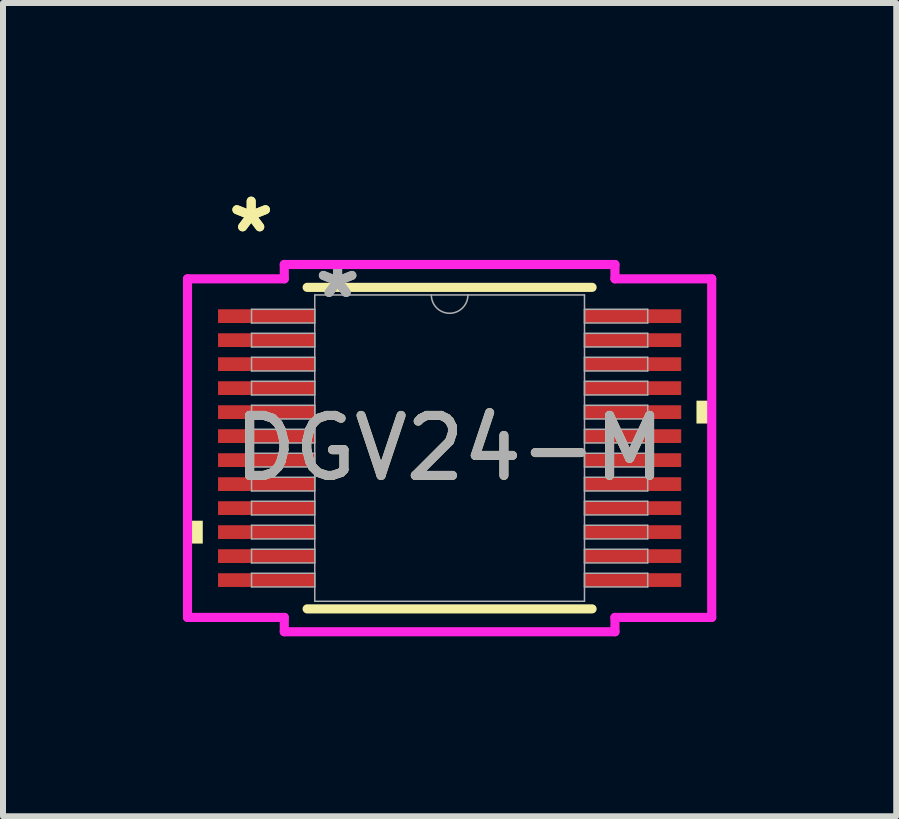
<source format=kicad_pcb>
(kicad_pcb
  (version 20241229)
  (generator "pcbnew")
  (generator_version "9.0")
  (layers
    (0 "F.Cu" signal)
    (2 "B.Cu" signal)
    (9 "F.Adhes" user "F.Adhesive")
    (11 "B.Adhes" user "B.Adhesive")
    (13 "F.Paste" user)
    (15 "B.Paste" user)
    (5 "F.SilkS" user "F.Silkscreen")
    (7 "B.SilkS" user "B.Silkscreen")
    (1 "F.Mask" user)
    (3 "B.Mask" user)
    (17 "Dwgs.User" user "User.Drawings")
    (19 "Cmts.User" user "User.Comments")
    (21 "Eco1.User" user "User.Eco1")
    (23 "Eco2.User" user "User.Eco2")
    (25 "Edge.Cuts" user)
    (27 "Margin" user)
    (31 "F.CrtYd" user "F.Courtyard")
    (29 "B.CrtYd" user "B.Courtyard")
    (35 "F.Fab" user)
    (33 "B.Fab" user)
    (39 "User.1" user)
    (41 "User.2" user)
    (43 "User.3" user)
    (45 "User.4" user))
  (footprint "DGV24-M"
    (layer "F.Cu")
    (at 4.445 4.42)
    (property "Reference" "DGV24-M" (at 0 0 0) (unlocked yes) (layer "F.SilkS") (effects (font (size 1 1) (thickness 0.15))))
    (attr smd)
    (fp_line (start -2.375 2.68) (end 2.375 2.68) (stroke (width 0.152) (type solid)) (layer "F.SilkS"))
    (fp_line (start 2.375 -2.68) (end -2.375 -2.68) (stroke (width 0.152) (type solid)) (layer "F.SilkS"))
    (fp_poly (pts (xy -4.369 1.21) (xy -4.369 1.591) (xy -4.115 1.591) (xy -4.115 1.21)) (stroke (width 0) (type solid)) (fill yes) (layer "F.SilkS"))
    (fp_poly (pts (xy 4.369 -0.791) (xy 4.369 -0.41) (xy 4.115 -0.41) (xy 4.115 -0.791)) (stroke (width 0) (type solid)) (fill yes) (layer "F.SilkS"))
    (fp_line (start -4.369 -2.822) (end -2.756 -2.822) (stroke (width 0.152) (type solid)) (layer "F.CrtYd"))
    (fp_line (start -4.369 2.822) (end -4.369 -2.822) (stroke (width 0.152) (type solid)) (layer "F.CrtYd"))
    (fp_line (start -4.369 2.822) (end -2.756 2.822) (stroke (width 0.152) (type solid)) (layer "F.CrtYd"))
    (fp_line (start -2.756 -3.061) (end 2.756 -3.061) (stroke (width 0.152) (type solid)) (layer "F.CrtYd"))
    (fp_line (start -2.756 -2.822) (end -2.756 -3.061) (stroke (width 0.152) (type solid)) (layer "F.CrtYd"))
    (fp_line (start -2.756 3.061) (end -2.756 2.822) (stroke (width 0.152) (type solid)) (layer "F.CrtYd"))
    (fp_line (start 2.756 -3.061) (end 2.756 -2.822) (stroke (width 0.152) (type solid)) (layer "F.CrtYd"))
    (fp_line (start 2.756 2.822) (end 2.756 3.061) (stroke (width 0.152) (type solid)) (layer "F.CrtYd"))
    (fp_line (start 2.756 3.061) (end -2.756 3.061) (stroke (width 0.152) (type solid)) (layer "F.CrtYd"))
    (fp_line (start 4.369 -2.822) (end 2.756 -2.822) (stroke (width 0.152) (type solid)) (layer "F.CrtYd"))
    (fp_line (start 4.369 -2.822) (end 4.369 2.822) (stroke (width 0.152) (type solid)) (layer "F.CrtYd"))
    (fp_line (start 4.369 2.822) (end 2.756 2.822) (stroke (width 0.152) (type solid)) (layer "F.CrtYd"))
    (fp_line (start -3.302 -2.314) (end -3.302 -2.086) (stroke (width 0.025) (type solid)) (layer "F.Fab"))
    (fp_line (start -3.302 -2.086) (end -2.248 -2.086) (stroke (width 0.025) (type solid)) (layer "F.Fab"))
    (fp_line (start -3.302 -1.914) (end -3.302 -1.686) (stroke (width 0.025) (type solid)) (layer "F.Fab"))
    (fp_line (start -3.302 -1.686) (end -2.248 -1.686) (stroke (width 0.025) (type solid)) (layer "F.Fab"))
    (fp_line (start -3.302 -1.514) (end -3.302 -1.286) (stroke (width 0.025) (type solid)) (layer "F.Fab"))
    (fp_line (start -3.302 -1.286) (end -2.248 -1.286) (stroke (width 0.025) (type solid)) (layer "F.Fab"))
    (fp_line (start -3.302 -1.114) (end -3.302 -0.886) (stroke (width 0.025) (type solid)) (layer "F.Fab"))
    (fp_line (start -3.302 -0.886) (end -2.248 -0.886) (stroke (width 0.025) (type solid)) (layer "F.Fab"))
    (fp_line (start -3.302 -0.714) (end -3.302 -0.486) (stroke (width 0.025) (type solid)) (layer "F.Fab"))
    (fp_line (start -3.302 -0.486) (end -2.248 -0.486) (stroke (width 0.025) (type solid)) (layer "F.Fab"))
    (fp_line (start -3.302 -0.314) (end -3.302 -0.086) (stroke (width 0.025) (type solid)) (layer "F.Fab"))
    (fp_line (start -3.302 -0.086) (end -2.248 -0.086) (stroke (width 0.025) (type solid)) (layer "F.Fab"))
    (fp_line (start -3.302 0.086) (end -3.302 0.314) (stroke (width 0.025) (type solid)) (layer "F.Fab"))
    (fp_line (start -3.302 0.314) (end -2.248 0.314) (stroke (width 0.025) (type solid)) (layer "F.Fab"))
    (fp_line (start -3.302 0.486) (end -3.302 0.714) (stroke (width 0.025) (type solid)) (layer "F.Fab"))
    (fp_line (start -3.302 0.714) (end -2.248 0.714) (stroke (width 0.025) (type solid)) (layer "F.Fab"))
    (fp_line (start -3.302 0.886) (end -3.302 1.114) (stroke (width 0.025) (type solid)) (layer "F.Fab"))
    (fp_line (start -3.302 1.114) (end -2.248 1.114) (stroke (width 0.025) (type solid)) (layer "F.Fab"))
    (fp_line (start -3.302 1.286) (end -3.302 1.514) (stroke (width 0.025) (type solid)) (layer "F.Fab"))
    (fp_line (start -3.302 1.514) (end -2.248 1.514) (stroke (width 0.025) (type solid)) (layer "F.Fab"))
    (fp_line (start -3.302 1.686) (end -3.302 1.914) (stroke (width 0.025) (type solid)) (layer "F.Fab"))
    (fp_line (start -3.302 1.914) (end -2.248 1.914) (stroke (width 0.025) (type solid)) (layer "F.Fab"))
    (fp_line (start -3.302 2.086) (end -3.302 2.314) (stroke (width 0.025) (type solid)) (layer "F.Fab"))
    (fp_line (start -3.302 2.314) (end -2.248 2.314) (stroke (width 0.025) (type solid)) (layer "F.Fab"))
    (fp_line (start -2.248 -2.553) (end -2.248 2.553) (stroke (width 0.025) (type solid)) (layer "F.Fab"))
    (fp_line (start -2.248 -2.314) (end -3.302 -2.314) (stroke (width 0.025) (type solid)) (layer "F.Fab"))
    (fp_line (start -2.248 -2.086) (end -2.248 -2.314) (stroke (width 0.025) (type solid)) (layer "F.Fab"))
    (fp_line (start -2.248 -1.914) (end -3.302 -1.914) (stroke (width 0.025) (type solid)) (layer "F.Fab"))
    (fp_line (start -2.248 -1.686) (end -2.248 -1.914) (stroke (width 0.025) (type solid)) (layer "F.Fab"))
    (fp_line (start -2.248 -1.514) (end -3.302 -1.514) (stroke (width 0.025) (type solid)) (layer "F.Fab"))
    (fp_line (start -2.248 -1.286) (end -2.248 -1.514) (stroke (width 0.025) (type solid)) (layer "F.Fab"))
    (fp_line (start -2.248 -1.114) (end -3.302 -1.114) (stroke (width 0.025) (type solid)) (layer "F.Fab"))
    (fp_line (start -2.248 -0.886) (end -2.248 -1.114) (stroke (width 0.025) (type solid)) (layer "F.Fab"))
    (fp_line (start -2.248 -0.714) (end -3.302 -0.714) (stroke (width 0.025) (type solid)) (layer "F.Fab"))
    (fp_line (start -2.248 -0.486) (end -2.248 -0.714) (stroke (width 0.025) (type solid)) (layer "F.Fab"))
    (fp_line (start -2.248 -0.314) (end -3.302 -0.314) (stroke (width 0.025) (type solid)) (layer "F.Fab"))
    (fp_line (start -2.248 -0.086) (end -2.248 -0.314) (stroke (width 0.025) (type solid)) (layer "F.Fab"))
    (fp_line (start -2.248 0.086) (end -3.302 0.086) (stroke (width 0.025) (type solid)) (layer "F.Fab"))
    (fp_line (start -2.248 0.314) (end -2.248 0.086) (stroke (width 0.025) (type solid)) (layer "F.Fab"))
    (fp_line (start -2.248 0.486) (end -3.302 0.486) (stroke (width 0.025) (type solid)) (layer "F.Fab"))
    (fp_line (start -2.248 0.714) (end -2.248 0.486) (stroke (width 0.025) (type solid)) (layer "F.Fab"))
    (fp_line (start -2.248 0.886) (end -3.302 0.886) (stroke (width 0.025) (type solid)) (layer "F.Fab"))
    (fp_line (start -2.248 1.114) (end -2.248 0.886) (stroke (width 0.025) (type solid)) (layer "F.Fab"))
    (fp_line (start -2.248 1.286) (end -3.302 1.286) (stroke (width 0.025) (type solid)) (layer "F.Fab"))
    (fp_line (start -2.248 1.514) (end -2.248 1.286) (stroke (width 0.025) (type solid)) (layer "F.Fab"))
    (fp_line (start -2.248 1.686) (end -3.302 1.686) (stroke (width 0.025) (type solid)) (layer "F.Fab"))
    (fp_line (start -2.248 1.914) (end -2.248 1.686) (stroke (width 0.025) (type solid)) (layer "F.Fab"))
    (fp_line (start -2.248 2.086) (end -3.302 2.086) (stroke (width 0.025) (type solid)) (layer "F.Fab"))
    (fp_line (start -2.248 2.314) (end -2.248 2.086) (stroke (width 0.025) (type solid)) (layer "F.Fab"))
    (fp_line (start -2.248 2.553) (end 2.248 2.553) (stroke (width 0.025) (type solid)) (layer "F.Fab"))
    (fp_line (start 2.248 -2.553) (end -2.248 -2.553) (stroke (width 0.025) (type solid)) (layer "F.Fab"))
    (fp_line (start 2.248 -2.314) (end 2.248 -2.086) (stroke (width 0.025) (type solid)) (layer "F.Fab"))
    (fp_line (start 2.248 -2.086) (end 3.302 -2.086) (stroke (width 0.025) (type solid)) (layer "F.Fab"))
    (fp_line (start 2.248 -1.914) (end 2.248 -1.686) (stroke (width 0.025) (type solid)) (layer "F.Fab"))
    (fp_line (start 2.248 -1.686) (end 3.302 -1.686) (stroke (width 0.025) (type solid)) (layer "F.Fab"))
    (fp_line (start 2.248 -1.514) (end 2.248 -1.286) (stroke (width 0.025) (type solid)) (layer "F.Fab"))
    (fp_line (start 2.248 -1.286) (end 3.302 -1.286) (stroke (width 0.025) (type solid)) (layer "F.Fab"))
    (fp_line (start 2.248 -1.114) (end 2.248 -0.886) (stroke (width 0.025) (type solid)) (layer "F.Fab"))
    (fp_line (start 2.248 -0.886) (end 3.302 -0.886) (stroke (width 0.025) (type solid)) (layer "F.Fab"))
    (fp_line (start 2.248 -0.714) (end 2.248 -0.486) (stroke (width 0.025) (type solid)) (layer "F.Fab"))
    (fp_line (start 2.248 -0.486) (end 3.302 -0.486) (stroke (width 0.025) (type solid)) (layer "F.Fab"))
    (fp_line (start 2.248 -0.314) (end 2.248 -0.086) (stroke (width 0.025) (type solid)) (layer "F.Fab"))
    (fp_line (start 2.248 -0.086) (end 3.302 -0.086) (stroke (width 0.025) (type solid)) (layer "F.Fab"))
    (fp_line (start 2.248 0.086) (end 2.248 0.314) (stroke (width 0.025) (type solid)) (layer "F.Fab"))
    (fp_line (start 2.248 0.314) (end 3.302 0.314) (stroke (width 0.025) (type solid)) (layer "F.Fab"))
    (fp_line (start 2.248 0.486) (end 2.248 0.714) (stroke (width 0.025) (type solid)) (layer "F.Fab"))
    (fp_line (start 2.248 0.714) (end 3.302 0.714) (stroke (width 0.025) (type solid)) (layer "F.Fab"))
    (fp_line (start 2.248 0.886) (end 2.248 1.114) (stroke (width 0.025) (type solid)) (layer "F.Fab"))
    (fp_line (start 2.248 1.114) (end 3.302 1.114) (stroke (width 0.025) (type solid)) (layer "F.Fab"))
    (fp_line (start 2.248 1.286) (end 2.248 1.514) (stroke (width 0.025) (type solid)) (layer "F.Fab"))
    (fp_line (start 2.248 1.514) (end 3.302 1.514) (stroke (width 0.025) (type solid)) (layer "F.Fab"))
    (fp_line (start 2.248 1.686) (end 2.248 1.914) (stroke (width 0.025) (type solid)) (layer "F.Fab"))
    (fp_line (start 2.248 1.914) (end 3.302 1.914) (stroke (width 0.025) (type solid)) (layer "F.Fab"))
    (fp_line (start 2.248 2.086) (end 2.248 2.314) (stroke (width 0.025) (type solid)) (layer "F.Fab"))
    (fp_line (start 2.248 2.314) (end 3.302 2.314) (stroke (width 0.025) (type solid)) (layer "F.Fab"))
    (fp_line (start 2.248 2.553) (end 2.248 -2.553) (stroke (width 0.025) (type solid)) (layer "F.Fab"))
    (fp_line (start 3.302 -2.314) (end 2.248 -2.314) (stroke (width 0.025) (type solid)) (layer "F.Fab"))
    (fp_line (start 3.302 -2.086) (end 3.302 -2.314) (stroke (width 0.025) (type solid)) (layer "F.Fab"))
    (fp_line (start 3.302 -1.914) (end 2.248 -1.914) (stroke (width 0.025) (type solid)) (layer "F.Fab"))
    (fp_line (start 3.302 -1.686) (end 3.302 -1.914) (stroke (width 0.025) (type solid)) (layer "F.Fab"))
    (fp_line (start 3.302 -1.514) (end 2.248 -1.514) (stroke (width 0.025) (type solid)) (layer "F.Fab"))
    (fp_line (start 3.302 -1.286) (end 3.302 -1.514) (stroke (width 0.025) (type solid)) (layer "F.Fab"))
    (fp_line (start 3.302 -1.114) (end 2.248 -1.114) (stroke (width 0.025) (type solid)) (layer "F.Fab"))
    (fp_line (start 3.302 -0.886) (end 3.302 -1.114) (stroke (width 0.025) (type solid)) (layer "F.Fab"))
    (fp_line (start 3.302 -0.714) (end 2.248 -0.714) (stroke (width 0.025) (type solid)) (layer "F.Fab"))
    (fp_line (start 3.302 -0.486) (end 3.302 -0.714) (stroke (width 0.025) (type solid)) (layer "F.Fab"))
    (fp_line (start 3.302 -0.314) (end 2.248 -0.314) (stroke (width 0.025) (type solid)) (layer "F.Fab"))
    (fp_line (start 3.302 -0.086) (end 3.302 -0.314) (stroke (width 0.025) (type solid)) (layer "F.Fab"))
    (fp_line (start 3.302 0.086) (end 2.248 0.086) (stroke (width 0.025) (type solid)) (layer "F.Fab"))
    (fp_line (start 3.302 0.314) (end 3.302 0.086) (stroke (width 0.025) (type solid)) (layer "F.Fab"))
    (fp_line (start 3.302 0.486) (end 2.248 0.486) (stroke (width 0.025) (type solid)) (layer "F.Fab"))
    (fp_line (start 3.302 0.714) (end 3.302 0.486) (stroke (width 0.025) (type solid)) (layer "F.Fab"))
    (fp_line (start 3.302 0.886) (end 2.248 0.886) (stroke (width 0.025) (type solid)) (layer "F.Fab"))
    (fp_line (start 3.302 1.114) (end 3.302 0.886) (stroke (width 0.025) (type solid)) (layer "F.Fab"))
    (fp_line (start 3.302 1.286) (end 2.248 1.286) (stroke (width 0.025) (type solid)) (layer "F.Fab"))
    (fp_line (start 3.302 1.514) (end 3.302 1.286) (stroke (width 0.025) (type solid)) (layer "F.Fab"))
    (fp_line (start 3.302 1.686) (end 2.248 1.686) (stroke (width 0.025) (type solid)) (layer "F.Fab"))
    (fp_line (start 3.302 1.914) (end 3.302 1.686) (stroke (width 0.025) (type solid)) (layer "F.Fab"))
    (fp_line (start 3.302 2.086) (end 2.248 2.086) (stroke (width 0.025) (type solid)) (layer "F.Fab"))
    (fp_line (start 3.302 2.314) (end 3.302 2.086) (stroke (width 0.025) (type solid)) (layer "F.Fab"))
    (fp_arc (start 0.3048 -2.5527) (mid 0 -2.2479) (end -0.3048 -2.5527) (stroke (width 0.0254) (type solid)) (layer "F.Fab"))
    (fp_text user "*" (at -3.308 -3.572 0) (layer "F.SilkS") (effects (font (size 1 1) (thickness 0.15))))
    (fp_text user "*" (at -3.308 -3.572 0) (unlocked yes) (layer "F.SilkS") (effects (font (size 1 1) (thickness 0.15))))
    (fp_text user "*" (at -1.867 -2.477 0) (layer "F.Fab") (effects (font (size 1 1) (thickness 0.15))))
    (fp_text user "${REFERENCE}" (at 0 0 0) (unlocked yes) (layer "F.Fab") (effects (font (size 1 1) (thickness 0.15))))
    (fp_text user "*" (at -1.867 -2.477 0) (unlocked yes) (layer "F.Fab") (effects (font (size 1 1) (thickness 0.15))))
    (pad "1" smd rect (at -3.054 -2.2) (size 1.613 0.229) (layers "F.Cu" "F.Mask" "F.Paste"))
    (pad "2" smd rect (at -3.054 -1.8) (size 1.613 0.229) (layers "F.Cu" "F.Mask" "F.Paste"))
    (pad "3" smd rect (at -3.054 -1.4) (size 1.613 0.229) (layers "F.Cu" "F.Mask" "F.Paste"))
    (pad "4" smd rect (at -3.054 -1) (size 1.613 0.229) (layers "F.Cu" "F.Mask" "F.Paste"))
    (pad "5" smd rect (at -3.054 -0.6) (size 1.613 0.229) (layers "F.Cu" "F.Mask" "F.Paste"))
    (pad "6" smd rect (at -3.054 -0.2) (size 1.613 0.229) (layers "F.Cu" "F.Mask" "F.Paste"))
    (pad "7" smd rect (at -3.054 0.2) (size 1.613 0.229) (layers "F.Cu" "F.Mask" "F.Paste"))
    (pad "8" smd rect (at -3.054 0.6) (size 1.613 0.229) (layers "F.Cu" "F.Mask" "F.Paste"))
    (pad "9" smd rect (at -3.054 1) (size 1.613 0.229) (layers "F.Cu" "F.Mask" "F.Paste"))
    (pad "10" smd rect (at -3.054 1.4) (size 1.613 0.229) (layers "F.Cu" "F.Mask" "F.Paste"))
    (pad "11" smd rect (at -3.054 1.8) (size 1.613 0.229) (layers "F.Cu" "F.Mask" "F.Paste"))
    (pad "12" smd rect (at -3.054 2.2) (size 1.613 0.229) (layers "F.Cu" "F.Mask" "F.Paste"))
    (pad "13" smd rect (at 3.054 2.2) (size 1.613 0.229) (layers "F.Cu" "F.Mask" "F.Paste"))
    (pad "14" smd rect (at 3.054 1.8) (size 1.613 0.229) (layers "F.Cu" "F.Mask" "F.Paste"))
    (pad "15" smd rect (at 3.054 1.4) (size 1.613 0.229) (layers "F.Cu" "F.Mask" "F.Paste"))
    (pad "16" smd rect (at 3.054 1) (size 1.613 0.229) (layers "F.Cu" "F.Mask" "F.Paste"))
    (pad "17" smd rect (at 3.054 0.6) (size 1.613 0.229) (layers "F.Cu" "F.Mask" "F.Paste"))
    (pad "18" smd rect (at 3.054 0.2) (size 1.613 0.229) (layers "F.Cu" "F.Mask" "F.Paste"))
    (pad "19" smd rect (at 3.054 -0.2) (size 1.613 0.229) (layers "F.Cu" "F.Mask" "F.Paste"))
    (pad "20" smd rect (at 3.054 -0.6) (size 1.613 0.229) (layers "F.Cu" "F.Mask" "F.Paste"))
    (pad "21" smd rect (at 3.054 -1) (size 1.613 0.229) (layers "F.Cu" "F.Mask" "F.Paste"))
    (pad "22" smd rect (at 3.054 -1.4) (size 1.613 0.229) (layers "F.Cu" "F.Mask" "F.Paste"))
    (pad "23" smd rect (at 3.054 -1.8) (size 1.613 0.229) (layers "F.Cu" "F.Mask" "F.Paste"))
    (pad "24" smd rect (at 3.054 -2.2) (size 1.613 0.229) (layers "F.Cu" "F.Mask" "F.Paste")))
  (gr_rect
    (start -3 -3)
    (end 11.89 10.557)
    (stroke (width 0.1) (type default))
    (fill no)
    (layer "Edge.Cuts")))
</source>
